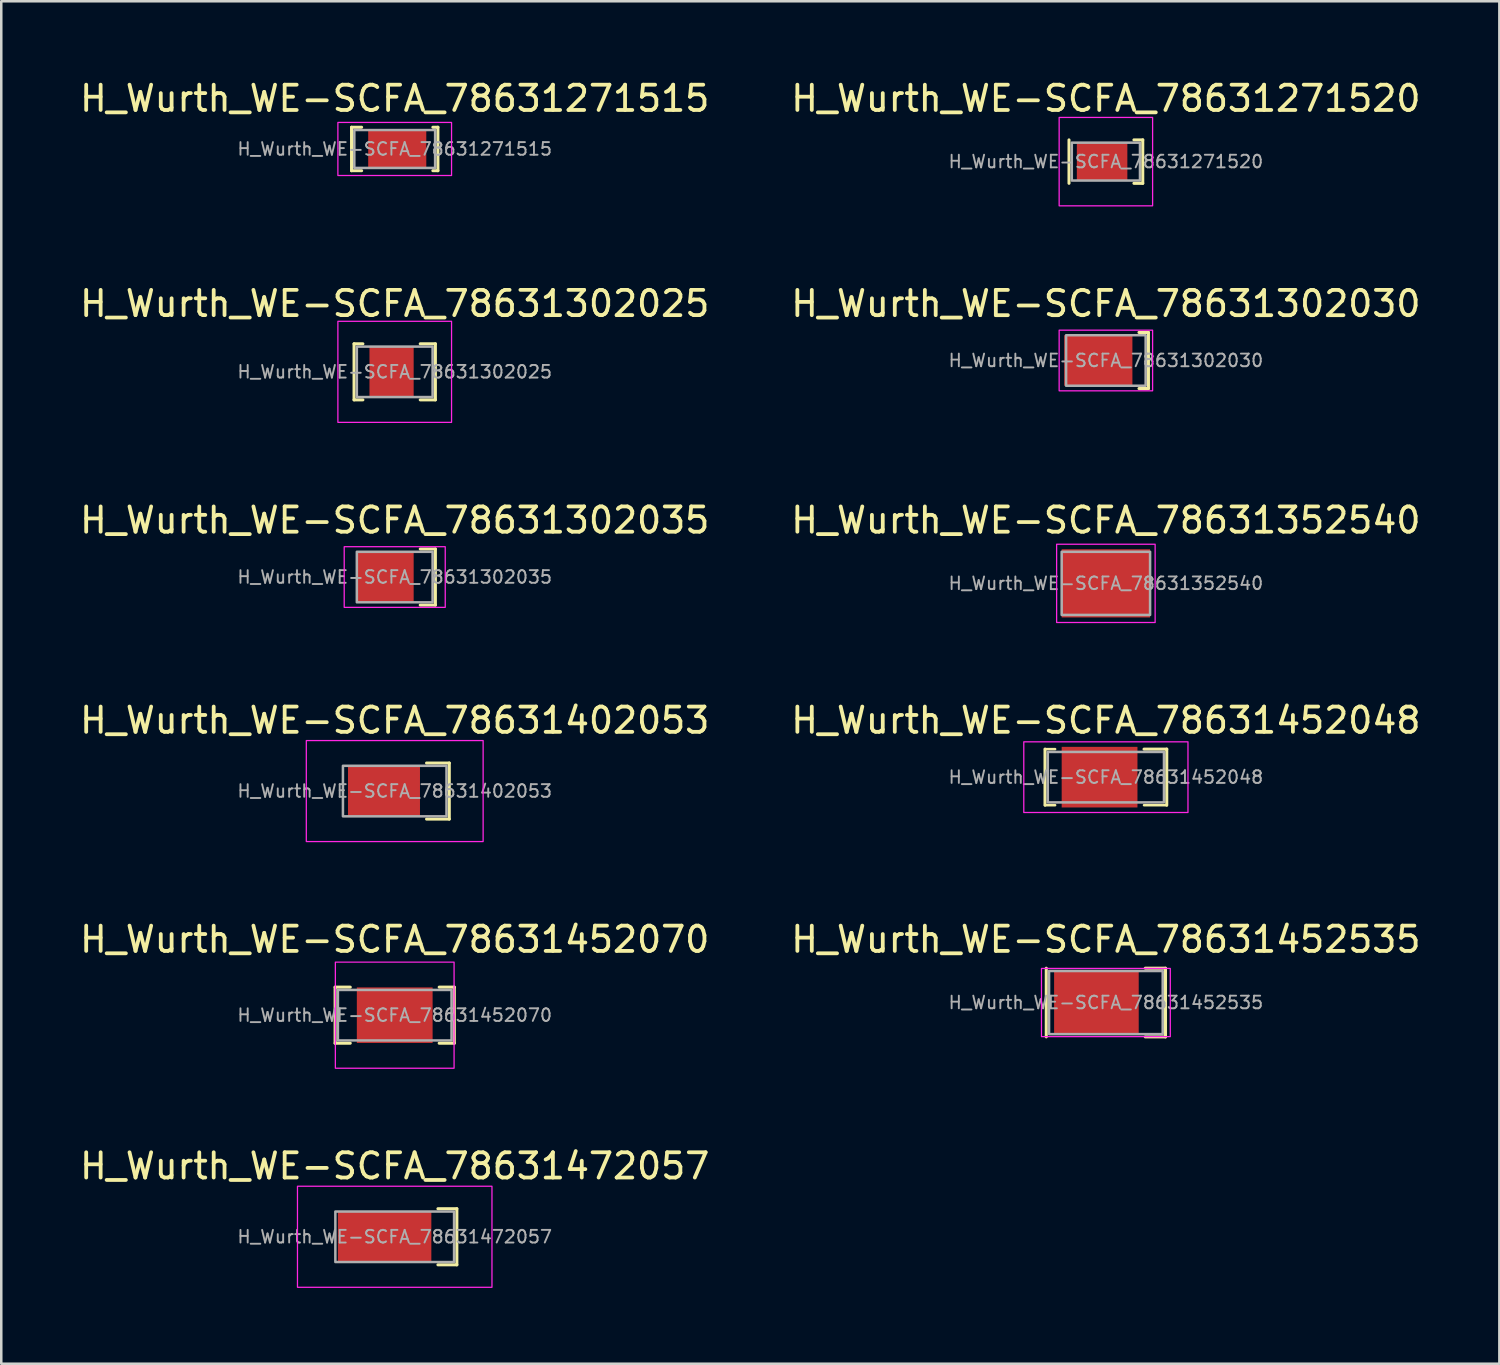
<source format=kicad_pcb>
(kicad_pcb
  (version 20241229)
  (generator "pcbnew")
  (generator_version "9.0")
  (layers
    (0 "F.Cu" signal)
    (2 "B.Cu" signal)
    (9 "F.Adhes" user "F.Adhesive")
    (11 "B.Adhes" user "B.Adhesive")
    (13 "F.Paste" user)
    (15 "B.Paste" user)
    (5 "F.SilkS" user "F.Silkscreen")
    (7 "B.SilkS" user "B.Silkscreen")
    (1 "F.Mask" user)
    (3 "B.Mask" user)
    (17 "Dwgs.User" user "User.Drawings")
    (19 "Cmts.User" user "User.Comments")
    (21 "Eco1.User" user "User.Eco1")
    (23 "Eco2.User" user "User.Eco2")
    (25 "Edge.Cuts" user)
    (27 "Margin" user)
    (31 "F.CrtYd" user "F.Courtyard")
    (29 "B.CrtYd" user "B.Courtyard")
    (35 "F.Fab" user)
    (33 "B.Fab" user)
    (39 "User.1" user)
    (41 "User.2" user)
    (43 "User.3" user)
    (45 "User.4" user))
  (footprint "H_Wurth_WE-SCFA_78631271520"
    (layer "F.Cu")
    (at 40.732 3.348)
    (property "Reference" "H_Wurth_WE-SCFA_78631271520" (at 0 -2.5 0) (unlocked yes) (layer "F.SilkS") (effects (font (size 1 1) (thickness 0.15))))
    (attr smd)
    (fp_line (start -1.46 0.86) (end -1.46 -0.86) (stroke (width 0.12) (type default)) (layer "F.SilkS"))
    (fp_line (start 1.11 -0.86) (end 1.46 -0.86) (stroke (width 0.12) (type default)) (layer "F.SilkS"))
    (fp_line (start 1.46 -0.86) (end 1.46 0.86) (stroke (width 0.12) (type default)) (layer "F.SilkS"))
    (fp_line (start 1.46 0.86) (end 1.11 0.86) (stroke (width 0.12) (type default)) (layer "F.SilkS"))
    (fp_rect (start -1.85 -1.75) (end 1.85 1.75) (stroke (width 0.05) (type solid)) (fill no) (layer "F.CrtYd"))
    (fp_rect (start -1.35 -0.75) (end 1.35 0.75) (stroke (width 0.1) (type solid)) (fill no) (layer "F.Fab"))
    (fp_text user "${REFERENCE}" (at 0 0 0) (unlocked yes) (layer "F.Fab") (effects (font (size 0.5 0.5) (thickness 0.075))))
    (pad "1" smd rect (at -0.15 0) (size 2 1.5) (layers "F.Cu" "F.Mask" "F.Paste")))
  (footprint "H_Wurth_WE-SCFA_78631302025"
    (layer "F.Cu")
    (at 12.577 11.671)
    (property "Reference" "H_Wurth_WE-SCFA_78631302025" (at 0 -2.7 0) (unlocked yes) (layer "F.SilkS") (effects (font (size 1 1) (thickness 0.15))))
    (attr smd)
    (fp_line (start -1.61 -1.11) (end -1.26 -1.11) (stroke (width 0.12) (type default)) (layer "F.SilkS"))
    (fp_line (start -1.61 1.11) (end -1.61 -1.11) (stroke (width 0.12) (type default)) (layer "F.SilkS"))
    (fp_line (start -1.26 1.11) (end -1.61 1.11) (stroke (width 0.12) (type default)) (layer "F.SilkS"))
    (fp_line (start 1.01 1.11) (end 1.61 1.11) (stroke (width 0.12) (type default)) (layer "F.SilkS"))
    (fp_line (start 1.61 -1.11) (end 1.01 -1.11) (stroke (width 0.12) (type default)) (layer "F.SilkS"))
    (fp_line (start 1.61 -1.11) (end 1.61 1.11) (stroke (width 0.12) (type default)) (layer "F.SilkS"))
    (fp_rect (start -2.25 -2) (end 2.25 2) (stroke (width 0.05) (type solid)) (fill no) (layer "F.CrtYd"))
    (fp_rect (start -1.5 -1) (end 1.5 1) (stroke (width 0.1) (type solid)) (fill no) (layer "F.Fab"))
    (fp_text user "${REFERENCE}" (at 0 0 0) (unlocked yes) (layer "F.Fab") (effects (font (size 0.5 0.5) (thickness 0.075))))
    (pad "1" smd rect (at -0.125 0) (size 1.75 2) (layers "F.Cu" "F.Mask" "F.Paste")))
  (footprint "H_Wurth_WE-SCFA_78631302035"
    (layer "F.Cu")
    (at 12.577 19.795)
    (property "Reference" "H_Wurth_WE-SCFA_78631302035" (at 0 -2.25 0) (unlocked yes) (layer "F.SilkS") (effects (font (size 1 1) (thickness 0.15))))
    (attr smd)
    (fp_line (start 1.01 -1.11) (end 1.61 -1.11) (stroke (width 0.12) (type default)) (layer "F.SilkS"))
    (fp_line (start 1.61 -1.11) (end 1.61 1.11) (stroke (width 0.12) (type default)) (layer "F.SilkS"))
    (fp_line (start 1.61 1.11) (end 1.01 1.11) (stroke (width 0.12) (type default)) (layer "F.SilkS"))
    (fp_rect (start -2 -1.2) (end 2 1.2) (stroke (width 0.05) (type solid)) (fill no) (layer "F.CrtYd"))
    (fp_rect (start -1.5 -1) (end 1.5 1) (stroke (width 0.1) (type solid)) (fill no) (layer "F.Fab"))
    (fp_text user "${REFERENCE}" (at 0 0 0) (unlocked yes) (layer "F.Fab") (effects (font (size 0.5 0.5) (thickness 0.075))))
    (pad "1" smd rect (at -0.375 0) (size 2.25 2) (layers "F.Cu" "F.Mask" "F.Paste")))
  (footprint "H_Wurth_WE-SCFA_78631472057"
    (layer "F.Cu")
    (at 12.577 45.914)
    (property "Reference" "H_Wurth_WE-SCFA_78631472057" (at 0 -2.8 0) (unlocked yes) (layer "F.SilkS") (effects (font (size 1 1) (thickness 0.15))))
    (attr smd)
    (fp_line (start 1.71 -1.11) (end 2.46 -1.11) (stroke (width 0.12) (type default)) (layer "F.SilkS"))
    (fp_line (start 2.46 -1.11) (end 2.46 1.11) (stroke (width 0.12) (type default)) (layer "F.SilkS"))
    (fp_line (start 2.46 1.11) (end 1.71 1.11) (stroke (width 0.12) (type default)) (layer "F.SilkS"))
    (fp_rect (start -3.85 -2) (end 3.85 2) (stroke (width 0.05) (type solid)) (fill no) (layer "F.CrtYd"))
    (fp_rect (start -2.35 -1) (end 2.35 1) (stroke (width 0.1) (type solid)) (fill no) (layer "F.Fab"))
    (fp_text user "${REFERENCE}" (at 0 0 0) (unlocked yes) (layer "F.Fab") (effects (font (size 0.5 0.5) (thickness 0.075))))
    (pad "1" smd rect (at -0.4 0) (size 3.7 2) (layers "F.Cu" "F.Mask" "F.Paste")))
  (footprint "H_Wurth_WE-SCFA_78631271515"
    (layer "F.Cu")
    (at 12.577 2.848)
    (property "Reference" "H_Wurth_WE-SCFA_78631271515" (at 0 -2 0) (unlocked yes) (layer "F.SilkS") (effects (font (size 1 1) (thickness 0.15))))
    (attr smd)
    (fp_line (start -1.71 -0.86) (end -1.31 -0.86) (stroke (width 0.12) (type default)) (layer "F.SilkS"))
    (fp_line (start -1.71 0.86) (end -1.71 -0.86) (stroke (width 0.12) (type default)) (layer "F.SilkS"))
    (fp_line (start -1.31 0.86) (end -1.71 0.86) (stroke (width 0.12) (type default)) (layer "F.SilkS"))
    (fp_line (start 1.71 -0.86) (end 1.51 -0.86) (stroke (width 0.12) (type default)) (layer "F.SilkS"))
    (fp_line (start 1.71 -0.86) (end 1.71 0.86) (stroke (width 0.12) (type default)) (layer "F.SilkS"))
    (fp_line (start 1.71 0.86) (end 1.51 0.86) (stroke (width 0.12) (type default)) (layer "F.SilkS"))
    (fp_rect (start -2.25 -1.05) (end 2.25 1.05) (stroke (width 0.05) (type solid)) (fill no) (layer "F.CrtYd"))
    (fp_rect (start -1.6 -0.75) (end 1.6 0.75) (stroke (width 0.1) (type solid)) (fill no) (layer "F.Fab"))
    (fp_text user "${REFERENCE}" (at 0 0 0) (unlocked yes) (layer "F.Fab") (effects (font (size 0.5 0.5) (thickness 0.075))))
    (pad "1" smd rect (at 0.1 0) (size 2.3 1.5) (layers "F.Cu" "F.Mask" "F.Paste")))
  (footprint "H_Wurth_WE-SCFA_78631452070"
    (layer "F.Cu")
    (at 12.577 37.141)
    (property "Reference" "H_Wurth_WE-SCFA_78631452070" (at 0 -3 0) (unlocked yes) (layer "F.SilkS") (effects (font (size 1 1) (thickness 0.15))))
    (attr smd)
    (fp_line (start -2.36 -1.11) (end -1.76 -1.11) (stroke (width 0.12) (type default)) (layer "F.SilkS"))
    (fp_line (start -2.36 1.11) (end -2.36 -1.11) (stroke (width 0.12) (type default)) (layer "F.SilkS"))
    (fp_line (start -1.76 1.11) (end -2.36 1.11) (stroke (width 0.12) (type default)) (layer "F.SilkS"))
    (fp_line (start 2.36 -1.11) (end 1.76 -1.11) (stroke (width 0.12) (type default)) (layer "F.SilkS"))
    (fp_line (start 2.36 -1.11) (end 2.36 1.11) (stroke (width 0.12) (type default)) (layer "F.SilkS"))
    (fp_line (start 2.36 1.11) (end 1.76 1.11) (stroke (width 0.12) (type default)) (layer "F.SilkS"))
    (fp_rect (start -2.35 -2.1) (end 2.35 2.1) (stroke (width 0.05) (type solid)) (fill no) (layer "F.CrtYd"))
    (fp_rect (start -2.25 -1) (end 2.25 1) (stroke (width 0.1) (type solid)) (fill no) (layer "F.Fab"))
    (fp_text user "${REFERENCE}" (at 0 0 0) (unlocked yes) (layer "F.Fab") (effects (font (size 0.5 0.5) (thickness 0.075))))
    (pad "1" smd rect (at 0 0) (size 3 2.2) (layers "F.Cu" "F.Mask" "F.Paste")))
  (footprint "H_Wurth_WE-SCFA_78631452048"
    (layer "F.Cu")
    (at 40.732 27.718)
    (property "Reference" "H_Wurth_WE-SCFA_78631452048" (at 0 -2.25 0) (unlocked yes) (layer "F.SilkS") (effects (font (size 1 1) (thickness 0.15))))
    (attr smd)
    (fp_line (start -2.41 -1.11) (end -2.01 -1.11) (stroke (width 0.1) (type default)) (layer "F.SilkS"))
    (fp_line (start -2.41 1.11) (end -2.41 -1.11) (stroke (width 0.12) (type default)) (layer "F.SilkS"))
    (fp_line (start -2.41 1.11) (end -2.01 1.11) (stroke (width 0.1) (type default)) (layer "F.SilkS"))
    (fp_line (start 1.51 -1.11) (end 2.41 -1.11) (stroke (width 0.12) (type default)) (layer "F.SilkS"))
    (fp_line (start 2.41 -1.11) (end 2.41 1.11) (stroke (width 0.12) (type default)) (layer "F.SilkS"))
    (fp_line (start 2.41 1.11) (end 1.51 1.11) (stroke (width 0.1) (type default)) (layer "F.SilkS"))
    (fp_rect (start -3.25 -1.4) (end 3.25 1.4) (stroke (width 0.05) (type solid)) (fill no) (layer "F.CrtYd"))
    (fp_rect (start -2.3 -1) (end 2.3 1) (stroke (width 0.1) (type solid)) (fill no) (layer "F.Fab"))
    (fp_text user "${REFERENCE}" (at 0 0 0) (unlocked yes) (layer "F.Fab") (effects (font (size 0.5 0.5) (thickness 0.075))))
    (pad "1" smd rect (at -0.25 0) (size 3 2.4) (layers "F.Cu" "F.Mask" "F.Paste")))
  (footprint "H_Wurth_WE-SCFA_78631352540"
    (layer "F.Cu")
    (at 40.732 20.045)
    (property "Reference" "H_Wurth_WE-SCFA_78631352540" (at 0 -2.5 0) (unlocked yes) (layer "F.SilkS") (effects (font (size 1 1) (thickness 0.15))))
    (attr smd)
    (fp_rect (start -1.95 -1.55) (end 1.95 1.55) (stroke (width 0.05) (type solid)) (fill no) (layer "F.CrtYd"))
    (fp_rect (start -1.75 -1.25) (end 1.75 1.25) (stroke (width 0.1) (type solid)) (fill no) (layer "F.Fab"))
    (fp_text user "${REFERENCE}" (at 0 0 0) (unlocked yes) (layer "F.Fab") (effects (font (size 0.5 0.5) (thickness 0.075))))
    (pad "1" smd rect (at 0 0) (size 3.5 2.7) (layers "F.Cu" "F.Mask" "F.Paste")))
  (footprint "H_Wurth_WE-SCFA_78631452535"
    (layer "F.Cu")
    (at 40.732 36.641)
    (property "Reference" "H_Wurth_WE-SCFA_78631452535" (at 0 -2.5 0) (unlocked yes) (layer "F.SilkS") (effects (font (size 1 1) (thickness 0.15))))
    (attr smd)
    (fp_line (start -2.36 1.36) (end -2.36 -1.36) (stroke (width 0.12) (type default)) (layer "F.SilkS"))
    (fp_line (start 1.56 -1.36) (end 2.36 -1.36) (stroke (width 0.12) (type default)) (layer "F.SilkS"))
    (fp_line (start 2.36 -1.36) (end 2.36 1.36) (stroke (width 0.12) (type default)) (layer "F.SilkS"))
    (fp_line (start 2.36 1.36) (end 1.56 1.36) (stroke (width 0.12) (type default)) (layer "F.SilkS"))
    (fp_rect (start -2.55 -1.35) (end 2.55 1.35) (stroke (width 0.05) (type solid)) (fill no) (layer "F.CrtYd"))
    (fp_rect (start -2.25 -1.25) (end 2.25 1.25) (stroke (width 0.1) (type solid)) (fill no) (layer "F.Fab"))
    (fp_text user "${REFERENCE}" (at 0 0 0) (unlocked yes) (layer "F.Fab") (effects (font (size 0.5 0.5) (thickness 0.075))))
    (pad "1" smd rect (at -0.375 0) (size 3.35 2.5) (layers "F.Cu" "F.Mask" "F.Paste")))
  (footprint "H_Wurth_WE-SCFA_78631302030"
    (layer "F.Cu")
    (at 40.732 11.222)
    (property "Reference" "H_Wurth_WE-SCFA_78631302030" (at 0 -2.25 0) (unlocked yes) (layer "F.SilkS") (effects (font (size 1 1) (thickness 0.15))))
    (attr smd)
    (fp_line (start 1.31 -1.11) (end 1.685 -1.11) (stroke (width 0.12) (type default)) (layer "F.SilkS"))
    (fp_line (start 1.685 -1.11) (end 1.685 1.11) (stroke (width 0.12) (type default)) (layer "F.SilkS"))
    (fp_line (start 1.685 1.11) (end 1.31 1.11) (stroke (width 0.12) (type default)) (layer "F.SilkS"))
    (fp_rect (start -1.85 -1.2) (end 1.85 1.2) (stroke (width 0.05) (type solid)) (fill no) (layer "F.CrtYd"))
    (fp_rect (start -1.575 -1) (end 1.575 1) (stroke (width 0.1) (type solid)) (fill no) (layer "F.Fab"))
    (fp_text user "${REFERENCE}" (at 0 0 0) (unlocked yes) (layer "F.Fab") (effects (font (size 0.5 0.5) (thickness 0.075))))
    (pad "1" smd rect (at -0.3 0) (size 2.7 2) (layers "F.Cu" "F.Mask" "F.Paste")))
  (footprint "H_Wurth_WE-SCFA_78631402053"
    (layer "F.Cu")
    (at 12.577 28.268)
    (property "Reference" "H_Wurth_WE-SCFA_78631402053" (at 0 -2.8 0) (unlocked yes) (layer "F.SilkS") (effects (font (size 1 1) (thickness 0.15))))
    (attr smd)
    (fp_line (start 1.26 -1.11) (end 2.16 -1.11) (stroke (width 0.12) (type default)) (layer "F.SilkS"))
    (fp_line (start 2.16 -1.11) (end 2.16 1.11) (stroke (width 0.12) (type default)) (layer "F.SilkS"))
    (fp_line (start 2.16 1.11) (end 1.26 1.11) (stroke (width 0.12) (type default)) (layer "F.SilkS"))
    (fp_rect (start -3.5 -2) (end 3.5 2) (stroke (width 0.05) (type solid)) (fill no) (layer "F.CrtYd"))
    (fp_rect (start -2.05 -1) (end 2.05 1) (stroke (width 0.1) (type solid)) (fill no) (layer "F.Fab"))
    (fp_text user "${REFERENCE}" (at 0 0 0) (unlocked yes) (layer "F.Fab") (effects (font (size 0.5 0.5) (thickness 0.075))))
    (pad "1" smd rect (at -0.425 0) (size 2.85 2) (layers "F.Cu" "F.Mask" "F.Paste")))
  (gr_rect
    (start -3 -3)
    (end 56.31 50.94)
    (stroke (width 0.1) (type default))
    (fill no)
    (layer "Edge.Cuts")))
</source>
